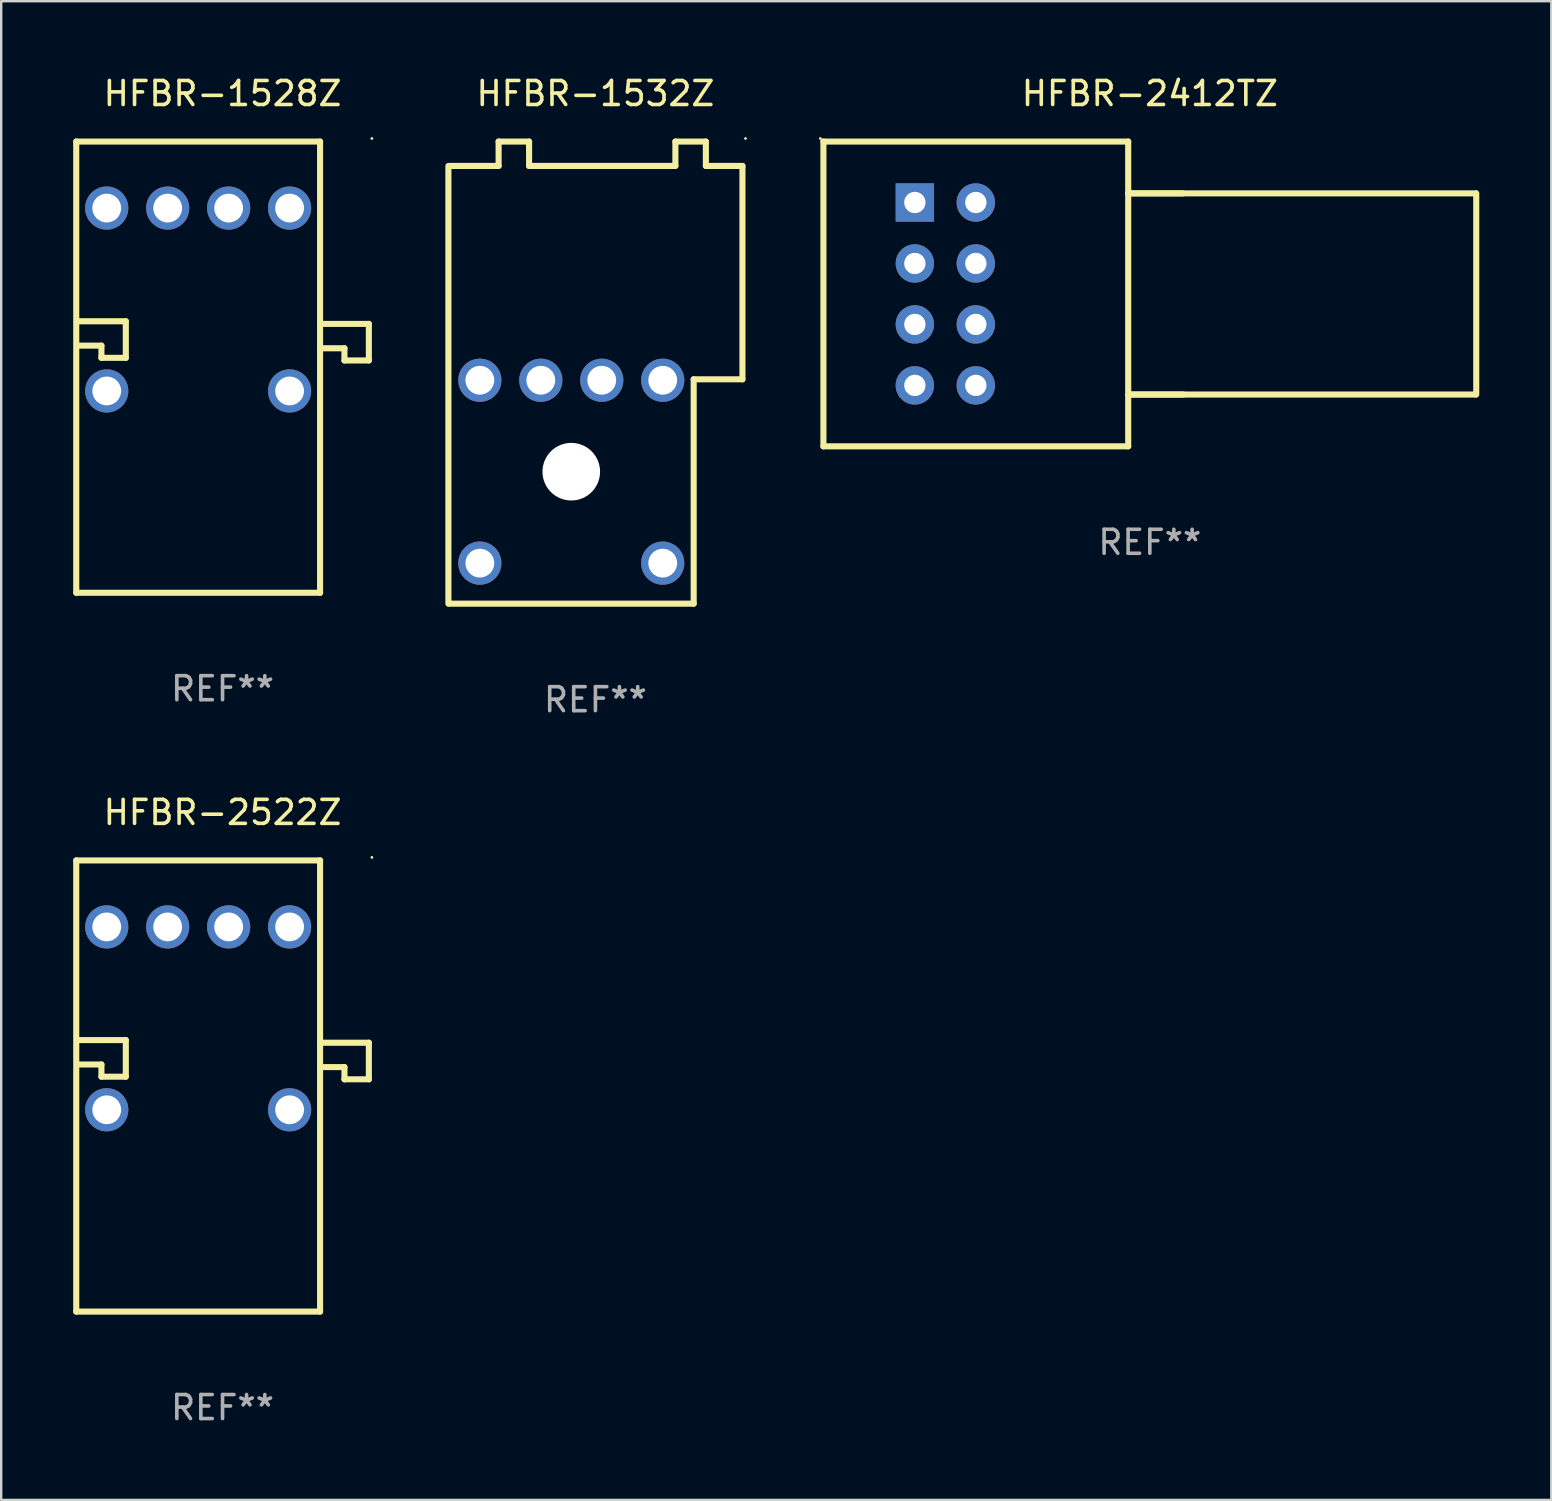
<source format=kicad_pcb>
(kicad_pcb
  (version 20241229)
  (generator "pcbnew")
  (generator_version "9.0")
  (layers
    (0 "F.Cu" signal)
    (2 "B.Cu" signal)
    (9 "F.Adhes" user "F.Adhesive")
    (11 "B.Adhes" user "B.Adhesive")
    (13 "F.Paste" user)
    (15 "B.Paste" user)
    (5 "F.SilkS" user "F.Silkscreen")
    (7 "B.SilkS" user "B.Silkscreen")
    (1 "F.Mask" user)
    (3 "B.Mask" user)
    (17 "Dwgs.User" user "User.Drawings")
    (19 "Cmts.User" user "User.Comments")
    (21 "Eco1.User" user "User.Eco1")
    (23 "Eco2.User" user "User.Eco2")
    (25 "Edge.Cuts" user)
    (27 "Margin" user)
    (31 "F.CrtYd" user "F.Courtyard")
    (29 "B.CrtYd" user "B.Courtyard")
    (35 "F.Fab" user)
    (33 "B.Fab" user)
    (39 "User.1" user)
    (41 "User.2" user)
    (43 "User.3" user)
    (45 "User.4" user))
  (footprint "HFBR-1532Z"
    (layer "F.Cu")
    (at 21.76 12.477)
    (property "Reference" "HFBR-1532Z" (at 0 -11.629 0) (layer "F.SilkS") (effects (font (size 1 1) (thickness 0.15))))
    (attr through_hole)
    (fp_line (start -6.126 9.629) (end -6.126 -8.613) (stroke (width 0.254) (type solid)) (layer "F.SilkS"))
    (fp_line (start -4.034 -9.629) (end -4.034 -8.613) (stroke (width 0.254) (type solid)) (layer "F.SilkS"))
    (fp_line (start -4.034 -8.613) (end -6.066 -8.613) (stroke (width 0.254) (type solid)) (layer "F.SilkS"))
    (fp_line (start -2.764 -9.629) (end -4.034 -9.629) (stroke (width 0.254) (type solid)) (layer "F.SilkS"))
    (fp_line (start -2.764 -8.613) (end -2.764 -9.629) (stroke (width 0.254) (type solid)) (layer "F.SilkS"))
    (fp_line (start 3.332 -9.629) (end 3.332 -8.613) (stroke (width 0.254) (type solid)) (layer "F.SilkS"))
    (fp_line (start 3.332 -8.613) (end -2.764 -8.613) (stroke (width 0.254) (type solid)) (layer "F.SilkS"))
    (fp_line (start 4.094 0.277) (end 4.094 9.627) (stroke (width 0.254) (type solid)) (layer "F.SilkS"))
    (fp_line (start 4.094 9.627) (end -6.066 9.627) (stroke (width 0.254) (type solid)) (layer "F.SilkS"))
    (fp_line (start 4.602 -9.629) (end 3.332 -9.629) (stroke (width 0.254) (type solid)) (layer "F.SilkS"))
    (fp_line (start 4.602 -8.613) (end 4.602 -9.629) (stroke (width 0.254) (type solid)) (layer "F.SilkS"))
    (fp_line (start 6.126 -8.613) (end 4.602 -8.613) (stroke (width 0.254) (type solid)) (layer "F.SilkS"))
    (fp_line (start 6.126 -8.613) (end 6.126 0.277) (stroke (width 0.254) (type solid)) (layer "F.SilkS"))
    (fp_line (start 6.126 0.277) (end 4.094 0.277) (stroke (width 0.254) (type solid)) (layer "F.SilkS"))
    (fp_circle (center 6.253 -9.756) (end 6.283 -9.756) (stroke (width 0.06) (type solid)) (fill no) (layer "F.SilkS"))
    (fp_text user "REF**" (at 0 13.629 0) (layer "F.Fab") (effects (font (size 1 1) (thickness 0.15))))
    (pad "" np_thru_hole circle (at -1.006 4.127) (size 2.4 2.4) (drill 2.4) (layers "*.Cu" "*.Mask"))
    (pad "1" thru_hole circle (at 2.804 0.317) (size 1.8 1.8) (drill 1.2) (layers "*.Cu" "*.Mask"))
    (pad "2" thru_hole circle (at 0.264 0.317) (size 1.8 1.8) (drill 1.2) (layers "*.Cu" "*.Mask"))
    (pad "3" thru_hole circle (at -2.276 0.317) (size 1.8 1.8) (drill 1.2) (layers "*.Cu" "*.Mask"))
    (pad "4" thru_hole circle (at -4.816 0.317) (size 1.8 1.8) (drill 1.2) (layers "*.Cu" "*.Mask"))
    (pad "5" thru_hole circle (at -4.816 7.937) (size 1.8 1.8) (drill 1.2) (layers "*.Cu" "*.Mask"))
    (pad "8" thru_hole circle (at 2.804 7.937) (size 1.8 1.8) (drill 1.2) (layers "*.Cu" "*.Mask")))
  (footprint "HFBR-1528Z"
    (layer "F.Cu")
    (at 6.223 12.249)
    (property "Reference" "HFBR-1528Z" (at 0 -11.401 0) (layer "F.SilkS") (effects (font (size 1 1) (thickness 0.15))))
    (attr through_hole)
    (fp_line (start -6.096 -9.401) (end -6.096 9.401) (stroke (width 0.254) (type solid)) (layer "F.SilkS"))
    (fp_line (start -6.096 -9.401) (end 4.064 -9.401) (stroke (width 0.254) (type solid)) (layer "F.SilkS"))
    (fp_line (start -6.096 9.401) (end 4.064 9.401) (stroke (width 0.254) (type solid)) (layer "F.SilkS"))
    (fp_line (start -6.063 -1.913) (end -4.031 -1.913) (stroke (width 0.254) (type solid)) (layer "F.SilkS"))
    (fp_line (start -5.047 -0.897) (end -6.063 -0.897) (stroke (width 0.254) (type solid)) (layer "F.SilkS"))
    (fp_line (start -5.047 -0.389) (end -5.047 -0.897) (stroke (width 0.254) (type solid)) (layer "F.SilkS"))
    (fp_line (start -4.031 -1.913) (end -4.031 -0.389) (stroke (width 0.254) (type solid)) (layer "F.SilkS"))
    (fp_line (start -4.031 -0.389) (end -5.047 -0.389) (stroke (width 0.254) (type solid)) (layer "F.SilkS"))
    (fp_line (start 4.064 -9.401) (end 4.064 9.401) (stroke (width 0.254) (type solid)) (layer "F.SilkS"))
    (fp_line (start 4.064 -1.803) (end 6.096 -1.803) (stroke (width 0.254) (type solid)) (layer "F.SilkS"))
    (fp_line (start 5.08 -0.787) (end 4.064 -0.787) (stroke (width 0.254) (type solid)) (layer "F.SilkS"))
    (fp_line (start 5.08 -0.279) (end 5.08 -0.787) (stroke (width 0.254) (type solid)) (layer "F.SilkS"))
    (fp_line (start 6.096 -1.803) (end 6.096 -0.279) (stroke (width 0.254) (type solid)) (layer "F.SilkS"))
    (fp_line (start 6.096 -0.279) (end 5.08 -0.279) (stroke (width 0.254) (type solid)) (layer "F.SilkS"))
    (fp_circle (center 6.223 -9.528) (end 6.253 -9.528) (stroke (width 0.06) (type solid)) (fill no) (layer "F.SilkS"))
    (fp_text user "REF**" (at 0 13.401 0) (layer "F.Fab") (effects (font (size 1 1) (thickness 0.15))))
    (pad "1" thru_hole circle (at 2.794 -6.629) (size 1.8 1.8) (drill 1.2) (layers "*.Cu" "*.Mask"))
    (pad "2" thru_hole circle (at 0.254 -6.629) (size 1.8 1.8) (drill 1.2) (layers "*.Cu" "*.Mask"))
    (pad "3" thru_hole circle (at -2.286 -6.629) (size 1.8 1.8) (drill 1.2) (layers "*.Cu" "*.Mask"))
    (pad "4" thru_hole circle (at -4.826 -6.629) (size 1.8 1.8) (drill 1.2) (layers "*.Cu" "*.Mask"))
    (pad "5" thru_hole circle (at -4.826 0.991) (size 1.8 1.8) (drill 1.2) (layers "*.Cu" "*.Mask"))
    (pad "8" thru_hole circle (at 2.794 0.991) (size 1.8 1.8) (drill 1.2) (layers "*.Cu" "*.Mask")))
  (footprint "HFBR-2522Z"
    (layer "F.Cu")
    (at 6.223 42.202)
    (property "Reference" "HFBR-2522Z" (at 0 -11.4 0) (layer "F.SilkS") (effects (font (size 1 1) (thickness 0.15))))
    (attr through_hole)
    (fp_line (start -6.096 -9.4) (end -6.096 9.4) (stroke (width 0.254) (type solid)) (layer "F.SilkS"))
    (fp_line (start -6.096 -9.4) (end 4.064 -9.4) (stroke (width 0.254) (type solid)) (layer "F.SilkS"))
    (fp_line (start -6.096 9.4) (end 4.064 9.4) (stroke (width 0.254) (type solid)) (layer "F.SilkS"))
    (fp_line (start -6.063 -1.913) (end -4.031 -1.913) (stroke (width 0.254) (type solid)) (layer "F.SilkS"))
    (fp_line (start -5.047 -0.897) (end -6.063 -0.897) (stroke (width 0.254) (type solid)) (layer "F.SilkS"))
    (fp_line (start -5.047 -0.389) (end -5.047 -0.897) (stroke (width 0.254) (type solid)) (layer "F.SilkS"))
    (fp_line (start -4.031 -1.913) (end -4.031 -0.389) (stroke (width 0.254) (type solid)) (layer "F.SilkS"))
    (fp_line (start -4.031 -0.389) (end -5.047 -0.389) (stroke (width 0.254) (type solid)) (layer "F.SilkS"))
    (fp_line (start 4.064 -9.4) (end 4.064 9.4) (stroke (width 0.254) (type solid)) (layer "F.SilkS"))
    (fp_line (start 4.064 -1.804) (end 6.096 -1.804) (stroke (width 0.254) (type solid)) (layer "F.SilkS"))
    (fp_line (start 5.08 -0.788) (end 4.064 -0.788) (stroke (width 0.254) (type solid)) (layer "F.SilkS"))
    (fp_line (start 5.08 -0.28) (end 5.08 -0.788) (stroke (width 0.254) (type solid)) (layer "F.SilkS"))
    (fp_line (start 6.096 -1.804) (end 6.096 -0.28) (stroke (width 0.254) (type solid)) (layer "F.SilkS"))
    (fp_line (start 6.096 -0.28) (end 5.08 -0.28) (stroke (width 0.254) (type solid)) (layer "F.SilkS"))
    (fp_circle (center 6.223 -9.527) (end 6.253 -9.527) (stroke (width 0.06) (type solid)) (fill no) (layer "F.SilkS"))
    (fp_text user "REF**" (at 0 13.4 0) (layer "F.Fab") (effects (font (size 1 1) (thickness 0.15))))
    (pad "1" thru_hole circle (at 2.794 -6.63) (size 1.8 1.8) (drill 1.2) (layers "*.Cu" "*.Mask"))
    (pad "2" thru_hole circle (at 0.254 -6.63) (size 1.8 1.8) (drill 1.2) (layers "*.Cu" "*.Mask"))
    (pad "3" thru_hole circle (at -2.286 -6.63) (size 1.8 1.8) (drill 1.2) (layers "*.Cu" "*.Mask"))
    (pad "4" thru_hole circle (at -4.826 -6.63) (size 1.8 1.8) (drill 1.2) (layers "*.Cu" "*.Mask"))
    (pad "5" thru_hole circle (at -4.826 0.99) (size 1.8 1.8) (drill 1.2) (layers "*.Cu" "*.Mask"))
    (pad "8" thru_hole circle (at 2.794 0.99) (size 1.8 1.8) (drill 1.2) (layers "*.Cu" "*.Mask")))
  (footprint "HFBR-2412TZ"
    (layer "F.Cu")
    (at 44.861 9.198)
    (property "Reference" "HFBR-2412TZ" (at 0 -8.35 0) (layer "F.SilkS") (effects (font (size 1 1) (thickness 0.15))))
    (attr through_hole)
    (fp_line (start -13.601 -6.35) (end -0.901 -6.35) (stroke (width 0.254) (type solid)) (layer "F.SilkS"))
    (fp_line (start -13.601 6.35) (end -13.601 -6.35) (stroke (width 0.254) (type solid)) (layer "F.SilkS"))
    (fp_line (start -0.901 -6.35) (end -0.901 -4.191) (stroke (width 0.254) (type solid)) (layer "F.SilkS"))
    (fp_line (start -0.901 -4.191) (end -0.901 4.064) (stroke (width 0.254) (type solid)) (layer "F.SilkS"))
    (fp_line (start -0.901 -4.191) (end 1.385 -4.191) (stroke (width 0.254) (type solid)) (layer "F.SilkS"))
    (fp_line (start -0.901 4.191) (end -0.901 6.35) (stroke (width 0.254) (type solid)) (layer "F.SilkS"))
    (fp_line (start -0.901 4.191) (end 1.385 4.191) (stroke (width 0.254) (type solid)) (layer "F.SilkS"))
    (fp_line (start -0.901 6.35) (end -13.601 6.35) (stroke (width 0.254) (type solid)) (layer "F.SilkS"))
    (fp_line (start 13.577 -4.191) (end -0.901 -4.191) (stroke (width 0.254) (type solid)) (layer "F.SilkS"))
    (fp_line (start 13.577 4.191) (end -0.901 4.191) (stroke (width 0.254) (type solid)) (layer "F.SilkS"))
    (fp_line (start 13.601 4.191) (end 13.601 -4.191) (stroke (width 0.254) (type solid)) (layer "F.SilkS"))
    (fp_circle (center -13.728 -6.477) (end -13.698 -6.477) (stroke (width 0.06) (type solid)) (fill no) (layer "F.SilkS"))
    (fp_text user "REF**" (at 0 10.35 0) (layer "F.Fab") (effects (font (size 1 1) (thickness 0.15))))
    (pad "1" thru_hole rect (at -9.791 -3.81) (size 1.6 1.6) (drill 0.889) (layers "*.Cu" "*.Mask"))
    (pad "2" thru_hole circle (at -9.791 -1.27) (size 1.6 1.6) (drill 0.889) (layers "*.Cu" "*.Mask"))
    (pad "3" thru_hole circle (at -9.791 1.27) (size 1.6 1.6) (drill 0.889) (layers "*.Cu" "*.Mask"))
    (pad "4" thru_hole circle (at -9.791 3.81) (size 1.6 1.6) (drill 0.889) (layers "*.Cu" "*.Mask"))
    (pad "5" thru_hole circle (at -7.251 3.81) (size 1.6 1.6) (drill 0.889) (layers "*.Cu" "*.Mask"))
    (pad "6" thru_hole circle (at -7.251 1.27) (size 1.6 1.6) (drill 0.889) (layers "*.Cu" "*.Mask"))
    (pad "7" thru_hole circle (at -7.251 -1.27) (size 1.6 1.6) (drill 0.889) (layers "*.Cu" "*.Mask"))
    (pad "8" thru_hole circle (at -7.251 -3.81) (size 1.6 1.6) (drill 0.889) (layers "*.Cu" "*.Mask")))
  (gr_rect
    (start -3 -3)
    (end 61.589 59.45)
    (stroke (width 0.1) (type default))
    (fill no)
    (layer "Edge.Cuts")))
</source>
